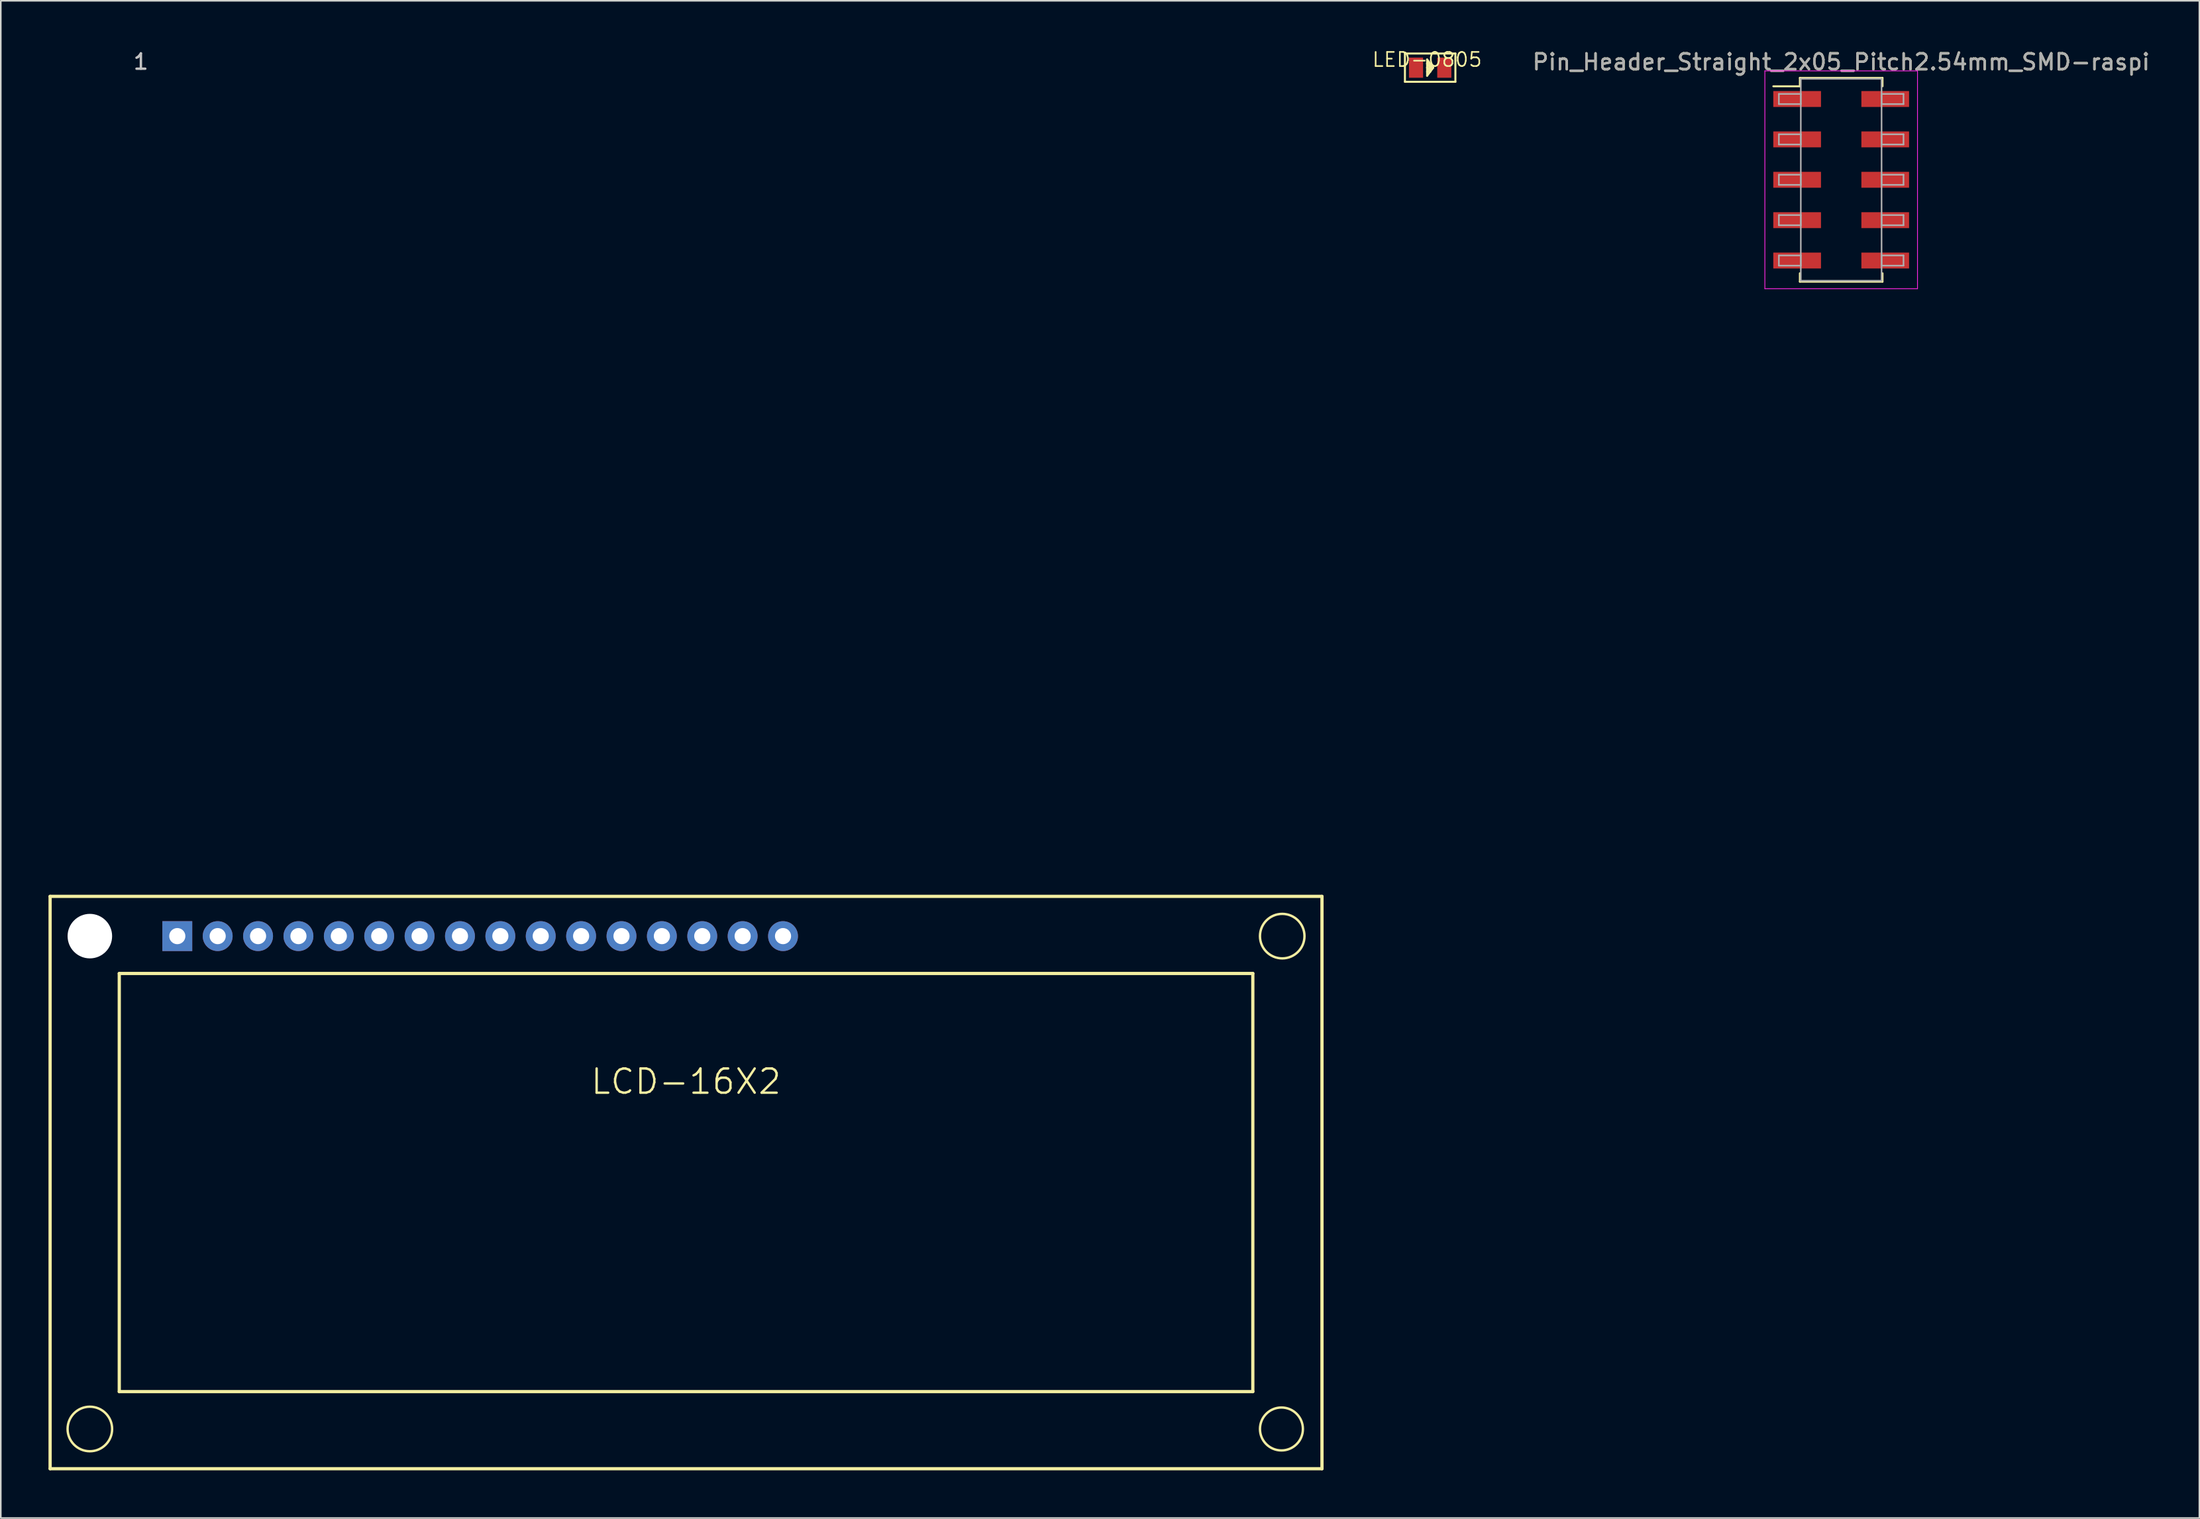
<source format=kicad_pcb>
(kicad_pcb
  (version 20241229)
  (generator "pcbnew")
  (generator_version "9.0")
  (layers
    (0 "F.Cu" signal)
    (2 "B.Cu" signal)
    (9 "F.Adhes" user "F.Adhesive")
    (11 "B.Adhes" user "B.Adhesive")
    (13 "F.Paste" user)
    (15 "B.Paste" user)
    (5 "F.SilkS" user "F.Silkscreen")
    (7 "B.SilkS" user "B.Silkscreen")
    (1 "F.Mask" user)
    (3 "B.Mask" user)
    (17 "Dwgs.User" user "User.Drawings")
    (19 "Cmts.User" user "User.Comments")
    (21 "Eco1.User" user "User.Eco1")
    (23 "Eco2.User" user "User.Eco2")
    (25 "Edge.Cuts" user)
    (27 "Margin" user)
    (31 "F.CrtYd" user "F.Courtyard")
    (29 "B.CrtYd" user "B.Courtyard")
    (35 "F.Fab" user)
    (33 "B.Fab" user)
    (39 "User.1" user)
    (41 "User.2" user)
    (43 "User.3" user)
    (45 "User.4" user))
  (footprint "Pin_Header_Straight_2x05_Pitch2.54mm_SMD-raspi"
    (layer "F.Cu")
    (at 112.76 8.258)
    (property "Reference" "Pin_Header_Straight_2x05_Pitch2.54mm_SMD-raspi" (at 0 -7.41 0) (layer "F.SilkS") (effects (font (size 1 1) (thickness 0.15))))
    (attr smd)
    (fp_line (start -4.27 -5.88) (end -2.6 -5.88) (stroke (width 0.12) (type solid)) (layer "F.SilkS"))
    (fp_line (start -2.6 -6.41) (end 2.6 -6.41) (stroke (width 0.12) (type solid)) (layer "F.SilkS"))
    (fp_line (start -2.6 -5.88) (end -2.6 -6.41) (stroke (width 0.12) (type solid)) (layer "F.SilkS"))
    (fp_line (start -2.6 5.88) (end -2.6 6.41) (stroke (width 0.12) (type solid)) (layer "F.SilkS"))
    (fp_line (start -2.6 6.41) (end 2.6 6.41) (stroke (width 0.12) (type solid)) (layer "F.SilkS"))
    (fp_line (start 2.6 -6.41) (end 2.6 -5.88) (stroke (width 0.12) (type solid)) (layer "F.SilkS"))
    (fp_line (start 2.6 6.41) (end 2.6 5.88) (stroke (width 0.12) (type solid)) (layer "F.SilkS"))
    (fp_line (start -4.8 -6.85) (end -4.8 6.85) (stroke (width 0.05) (type solid)) (layer "F.CrtYd"))
    (fp_line (start -4.8 6.85) (end 4.8 6.85) (stroke (width 0.05) (type solid)) (layer "F.CrtYd"))
    (fp_line (start 4.8 -6.85) (end -4.8 -6.85) (stroke (width 0.05) (type solid)) (layer "F.CrtYd"))
    (fp_line (start 4.8 6.85) (end 4.8 -6.85) (stroke (width 0.05) (type solid)) (layer "F.CrtYd"))
    (fp_line (start -3.92 -5.4) (end -2.54 -5.4) (stroke (width 0.1) (type solid)) (layer "F.Fab"))
    (fp_line (start -3.92 -4.76) (end -3.92 -5.4) (stroke (width 0.1) (type solid)) (layer "F.Fab"))
    (fp_line (start -3.92 -2.86) (end -2.54 -2.86) (stroke (width 0.1) (type solid)) (layer "F.Fab"))
    (fp_line (start -3.92 -2.22) (end -3.92 -2.86) (stroke (width 0.1) (type solid)) (layer "F.Fab"))
    (fp_line (start -3.92 -0.32) (end -2.54 -0.32) (stroke (width 0.1) (type solid)) (layer "F.Fab"))
    (fp_line (start -3.92 0.32) (end -3.92 -0.32) (stroke (width 0.1) (type solid)) (layer "F.Fab"))
    (fp_line (start -3.92 2.22) (end -2.54 2.22) (stroke (width 0.1) (type solid)) (layer "F.Fab"))
    (fp_line (start -3.92 2.86) (end -3.92 2.22) (stroke (width 0.1) (type solid)) (layer "F.Fab"))
    (fp_line (start -3.92 4.76) (end -2.54 4.76) (stroke (width 0.1) (type solid)) (layer "F.Fab"))
    (fp_line (start -3.92 5.4) (end -3.92 4.76) (stroke (width 0.1) (type solid)) (layer "F.Fab"))
    (fp_line (start -2.54 -6.35) (end -2.54 6.35) (stroke (width 0.1) (type solid)) (layer "F.Fab"))
    (fp_line (start -2.54 -5.4) (end -2.54 -4.76) (stroke (width 0.1) (type solid)) (layer "F.Fab"))
    (fp_line (start -2.54 -4.76) (end -3.92 -4.76) (stroke (width 0.1) (type solid)) (layer "F.Fab"))
    (fp_line (start -2.54 -2.86) (end -2.54 -2.22) (stroke (width 0.1) (type solid)) (layer "F.Fab"))
    (fp_line (start -2.54 -2.22) (end -3.92 -2.22) (stroke (width 0.1) (type solid)) (layer "F.Fab"))
    (fp_line (start -2.54 -0.32) (end -2.54 0.32) (stroke (width 0.1) (type solid)) (layer "F.Fab"))
    (fp_line (start -2.54 0.32) (end -3.92 0.32) (stroke (width 0.1) (type solid)) (layer "F.Fab"))
    (fp_line (start -2.54 2.22) (end -2.54 2.86) (stroke (width 0.1) (type solid)) (layer "F.Fab"))
    (fp_line (start -2.54 2.86) (end -3.92 2.86) (stroke (width 0.1) (type solid)) (layer "F.Fab"))
    (fp_line (start -2.54 4.76) (end -2.54 5.4) (stroke (width 0.1) (type solid)) (layer "F.Fab"))
    (fp_line (start -2.54 5.4) (end -3.92 5.4) (stroke (width 0.1) (type solid)) (layer "F.Fab"))
    (fp_line (start -2.54 6.35) (end 2.54 6.35) (stroke (width 0.1) (type solid)) (layer "F.Fab"))
    (fp_line (start 2.54 -6.35) (end -2.54 -6.35) (stroke (width 0.1) (type solid)) (layer "F.Fab"))
    (fp_line (start 2.54 -5.4) (end 2.54 -4.76) (stroke (width 0.1) (type solid)) (layer "F.Fab"))
    (fp_line (start 2.54 -4.76) (end 3.92 -4.76) (stroke (width 0.1) (type solid)) (layer "F.Fab"))
    (fp_line (start 2.54 -2.86) (end 2.54 -2.22) (stroke (width 0.1) (type solid)) (layer "F.Fab"))
    (fp_line (start 2.54 -2.22) (end 3.92 -2.22) (stroke (width 0.1) (type solid)) (layer "F.Fab"))
    (fp_line (start 2.54 -0.32) (end 2.54 0.32) (stroke (width 0.1) (type solid)) (layer "F.Fab"))
    (fp_line (start 2.54 0.32) (end 3.92 0.32) (stroke (width 0.1) (type solid)) (layer "F.Fab"))
    (fp_line (start 2.54 2.22) (end 2.54 2.86) (stroke (width 0.1) (type solid)) (layer "F.Fab"))
    (fp_line (start 2.54 2.86) (end 3.92 2.86) (stroke (width 0.1) (type solid)) (layer "F.Fab"))
    (fp_line (start 2.54 4.76) (end 2.54 5.4) (stroke (width 0.1) (type solid)) (layer "F.Fab"))
    (fp_line (start 2.54 5.4) (end 3.92 5.4) (stroke (width 0.1) (type solid)) (layer "F.Fab"))
    (fp_line (start 2.54 6.35) (end 2.54 -6.35) (stroke (width 0.1) (type solid)) (layer "F.Fab"))
    (fp_line (start 3.92 -5.4) (end 2.54 -5.4) (stroke (width 0.1) (type solid)) (layer "F.Fab"))
    (fp_line (start 3.92 -4.76) (end 3.92 -5.4) (stroke (width 0.1) (type solid)) (layer "F.Fab"))
    (fp_line (start 3.92 -2.86) (end 2.54 -2.86) (stroke (width 0.1) (type solid)) (layer "F.Fab"))
    (fp_line (start 3.92 -2.22) (end 3.92 -2.86) (stroke (width 0.1) (type solid)) (layer "F.Fab"))
    (fp_line (start 3.92 -0.32) (end 2.54 -0.32) (stroke (width 0.1) (type solid)) (layer "F.Fab"))
    (fp_line (start 3.92 0.32) (end 3.92 -0.32) (stroke (width 0.1) (type solid)) (layer "F.Fab"))
    (fp_line (start 3.92 2.22) (end 2.54 2.22) (stroke (width 0.1) (type solid)) (layer "F.Fab"))
    (fp_line (start 3.92 2.86) (end 3.92 2.22) (stroke (width 0.1) (type solid)) (layer "F.Fab"))
    (fp_line (start 3.92 4.76) (end 2.54 4.76) (stroke (width 0.1) (type solid)) (layer "F.Fab"))
    (fp_line (start 3.92 5.4) (end 3.92 4.76) (stroke (width 0.1) (type solid)) (layer "F.Fab"))
    (fp_text user "${REFERENCE}" (at 0 -7.41 0) (layer "F.Fab") (effects (font (size 1 1) (thickness 0.15))))
    (pad "1" smd rect (at -2.77 -5.08) (size 3 1) (layers "F.Cu" "F.Mask" "F.Paste"))
    (pad "2" smd rect (at 2.77 -5.08) (size 3 1) (layers "F.Cu" "F.Mask" "F.Paste"))
    (pad "3" smd rect (at -2.77 -2.54) (size 3 1) (layers "F.Cu" "F.Mask" "F.Paste"))
    (pad "4" smd rect (at 2.77 -2.54) (size 3 1) (layers "F.Cu" "F.Mask" "F.Paste"))
    (pad "5" smd rect (at -2.77 0) (size 3 1) (layers "F.Cu" "F.Mask" "F.Paste"))
    (pad "6" smd rect (at 2.77 0) (size 3 1) (layers "F.Cu" "F.Mask" "F.Paste"))
    (pad "7" smd rect (at -2.77 2.54) (size 3 1) (layers "F.Cu" "F.Mask" "F.Paste"))
    (pad "8" smd rect (at 2.77 2.54) (size 3 1) (layers "F.Cu" "F.Mask" "F.Paste"))
    (pad "9" smd rect (at -2.77 5.08) (size 3 1) (layers "F.Cu" "F.Mask" "F.Paste"))
    (pad "10" smd rect (at 2.77 5.08) (size 3 1) (layers "F.Cu" "F.Mask" "F.Paste")))
  (footprint "LCD-16X2"
    (layer "F.Cu")
    (at 40.102 71.332)
    (property "Reference" "LCD-16X2" (at 0 -6.35 0) (layer "F.SilkS") (effects (font (size 1.524 1.524) (thickness 0.15))))
    (attr through_hole)
    (fp_line (start -40 -18) (end 40 -18) (stroke (width 0.203) (type solid)) (layer "F.SilkS"))
    (fp_line (start -40 18) (end -40 -18) (stroke (width 0.203) (type solid)) (layer "F.SilkS"))
    (fp_line (start -35.65 -13.15) (end 35.65 -13.15) (stroke (width 0.203) (type solid)) (layer "F.SilkS"))
    (fp_line (start -35.65 13.15) (end -35.65 -13.15) (stroke (width 0.203) (type solid)) (layer "F.SilkS"))
    (fp_line (start 35.65 -13.15) (end 35.65 13.15) (stroke (width 0.203) (type solid)) (layer "F.SilkS"))
    (fp_line (start 35.65 13.15) (end -35.65 13.15) (stroke (width 0.203) (type solid)) (layer "F.SilkS"))
    (fp_line (start 40 -18) (end 40 18) (stroke (width 0.203) (type solid)) (layer "F.SilkS"))
    (fp_line (start 40 18) (end -40 18) (stroke (width 0.203) (type solid)) (layer "F.SilkS"))
    (fp_circle (center -37.5 15.5) (end -38.9 15.55) (stroke (width 0.15) (type solid)) (fill no) (layer "F.SilkS"))
    (fp_circle (center 37.45 15.5) (end 36.1 15.5) (stroke (width 0.15) (type solid)) (fill no) (layer "F.SilkS"))
    (fp_circle (center 37.5 -15.5) (end 36.1 -15.5) (stroke (width 0.15) (type solid)) (fill no) (layer "F.SilkS"))
    (fp_text user "1" (at -34.29 -70.5 0) (layer "Dwgs.User") (effects (font (size 0.965 0.965) (thickness 0.152))))
    (pad "" np_thru_hole circle (at -37.5 -15.5) (size 2.8 2.8) (drill 2.8) (layers "*.Cu"))
    (pad "1" thru_hole rect (at -32 -15.5) (size 1.88 1.88) (drill 1.016) (layers "*.Cu" "*.Mask"))
    (pad "2" thru_hole circle (at -29.46 -15.5) (size 1.88 1.88) (drill 1.016) (layers "*.Cu" "*.Mask"))
    (pad "3" thru_hole circle (at -26.92 -15.5) (size 1.88 1.88) (drill 1.016) (layers "*.Cu" "*.Mask"))
    (pad "4" thru_hole circle (at -24.38 -15.5) (size 1.88 1.88) (drill 1.016) (layers "*.Cu" "*.Mask"))
    (pad "5" thru_hole circle (at -21.84 -15.5) (size 1.88 1.88) (drill 1.016) (layers "*.Cu" "*.Mask"))
    (pad "6" thru_hole circle (at -19.3 -15.5) (size 1.88 1.88) (drill 1.016) (layers "*.Cu" "*.Mask"))
    (pad "7" thru_hole circle (at -16.76 -15.5) (size 1.88 1.88) (drill 1.016) (layers "*.Cu" "*.Mask"))
    (pad "8" thru_hole circle (at -14.22 -15.5) (size 1.88 1.88) (drill 1.016) (layers "*.Cu" "*.Mask"))
    (pad "9" thru_hole circle (at -11.68 -15.5) (size 1.88 1.88) (drill 1.016) (layers "*.Cu" "*.Mask"))
    (pad "10" thru_hole circle (at -9.14 -15.5) (size 1.88 1.88) (drill 1.016) (layers "*.Cu" "*.Mask"))
    (pad "11" thru_hole circle (at -6.6 -15.5) (size 1.88 1.88) (drill 1.016) (layers "*.Cu" "*.Mask"))
    (pad "12" thru_hole circle (at -4.06 -15.5) (size 1.88 1.88) (drill 1.016) (layers "*.Cu" "*.Mask"))
    (pad "13" thru_hole circle (at -1.52 -15.5) (size 1.88 1.88) (drill 1.016) (layers "*.Cu" "*.Mask"))
    (pad "14" thru_hole circle (at 1.02 -15.5) (size 1.88 1.88) (drill 1.016) (layers "*.Cu" "*.Mask"))
    (pad "15" thru_hole circle (at 3.56 -15.5) (size 1.88 1.88) (drill 1.016) (layers "*.Cu" "*.Mask"))
    (pad "16" thru_hole circle (at 6.1 -15.5) (size 1.88 1.88) (drill 1.016) (layers "*.Cu" "*.Mask")))
  (footprint "LED-0805"
    (layer "F.Cu")
    (at 86.907 1.206)
    (property "Reference" "LED-0805" (at -0.191 -0.508 0) (layer "F.SilkS") (effects (font (size 0.889 0.889) (thickness 0.102))))
    (attr smd)
    (fp_line (start -1.587 -0.889) (end 1.587 -0.889) (stroke (width 0.066) (type solid)) (layer "F.SilkS"))
    (fp_line (start -1.587 -0.889) (end 1.587 -0.889) (stroke (width 0.127) (type solid)) (layer "F.SilkS"))
    (fp_line (start -1.587 0.889) (end -1.587 -0.889) (stroke (width 0.066) (type solid)) (layer "F.SilkS"))
    (fp_line (start -1.587 0.889) (end -1.587 -0.889) (stroke (width 0.127) (type solid)) (layer "F.SilkS"))
    (fp_line (start -1.587 0.889) (end 1.587 0.889) (stroke (width 0.066) (type solid)) (layer "F.SilkS"))
    (fp_line (start -0.191 -0.508) (end -0.191 -0.254) (stroke (width 0.127) (type solid)) (layer "F.SilkS"))
    (fp_line (start -0.191 -0.508) (end 0.127 0.064) (stroke (width 0.127) (type solid)) (layer "F.SilkS"))
    (fp_line (start -0.191 -0.254) (end -0.191 0) (stroke (width 0.127) (type solid)) (layer "F.SilkS"))
    (fp_line (start -0.191 -0.254) (end 0.064 0.127) (stroke (width 0.127) (type solid)) (layer "F.SilkS"))
    (fp_line (start -0.191 0) (end -0.191 0.254) (stroke (width 0.127) (type solid)) (layer "F.SilkS"))
    (fp_line (start -0.191 0) (end 0 0.254) (stroke (width 0.127) (type solid)) (layer "F.SilkS"))
    (fp_line (start -0.191 0.254) (end -0.191 0.508) (stroke (width 0.127) (type solid)) (layer "F.SilkS"))
    (fp_line (start -0.191 0.508) (end 0 0.254) (stroke (width 0.127) (type solid)) (layer "F.SilkS"))
    (fp_line (start 0 0.254) (end -0.191 0.254) (stroke (width 0.127) (type solid)) (layer "F.SilkS"))
    (fp_line (start 0 0.254) (end 0.191 0) (stroke (width 0.127) (type solid)) (layer "F.SilkS"))
    (fp_line (start 0.064 0.127) (end -0.191 0) (stroke (width 0.127) (type solid)) (layer "F.SilkS"))
    (fp_line (start 0.127 0.064) (end -0.191 -0.254) (stroke (width 0.127) (type solid)) (layer "F.SilkS"))
    (fp_line (start 0.191 0) (end -0.191 -0.508) (stroke (width 0.127) (type solid)) (layer "F.SilkS"))
    (fp_line (start 1.587 -0.889) (end 1.587 0.889) (stroke (width 0.127) (type solid)) (layer "F.SilkS"))
    (fp_line (start 1.587 0.889) (end -1.587 0.889) (stroke (width 0.127) (type solid)) (layer "F.SilkS"))
    (fp_line (start 1.587 0.889) (end 1.587 -0.889) (stroke (width 0.066) (type solid)) (layer "F.SilkS"))
    (pad "1" smd rect (at 0.889 0) (size 0.889 1.27) (layers "F.Cu" "F.Mask" "F.Paste"))
    (pad "2" smd rect (at -0.889 0) (size 0.889 1.27) (layers "F.Cu" "F.Mask" "F.Paste")))
  (gr_rect
    (start -3 -3)
    (end 135.29 92.434)
    (stroke (width 0.1) (type default))
    (fill no)
    (layer "Edge.Cuts")))
</source>
